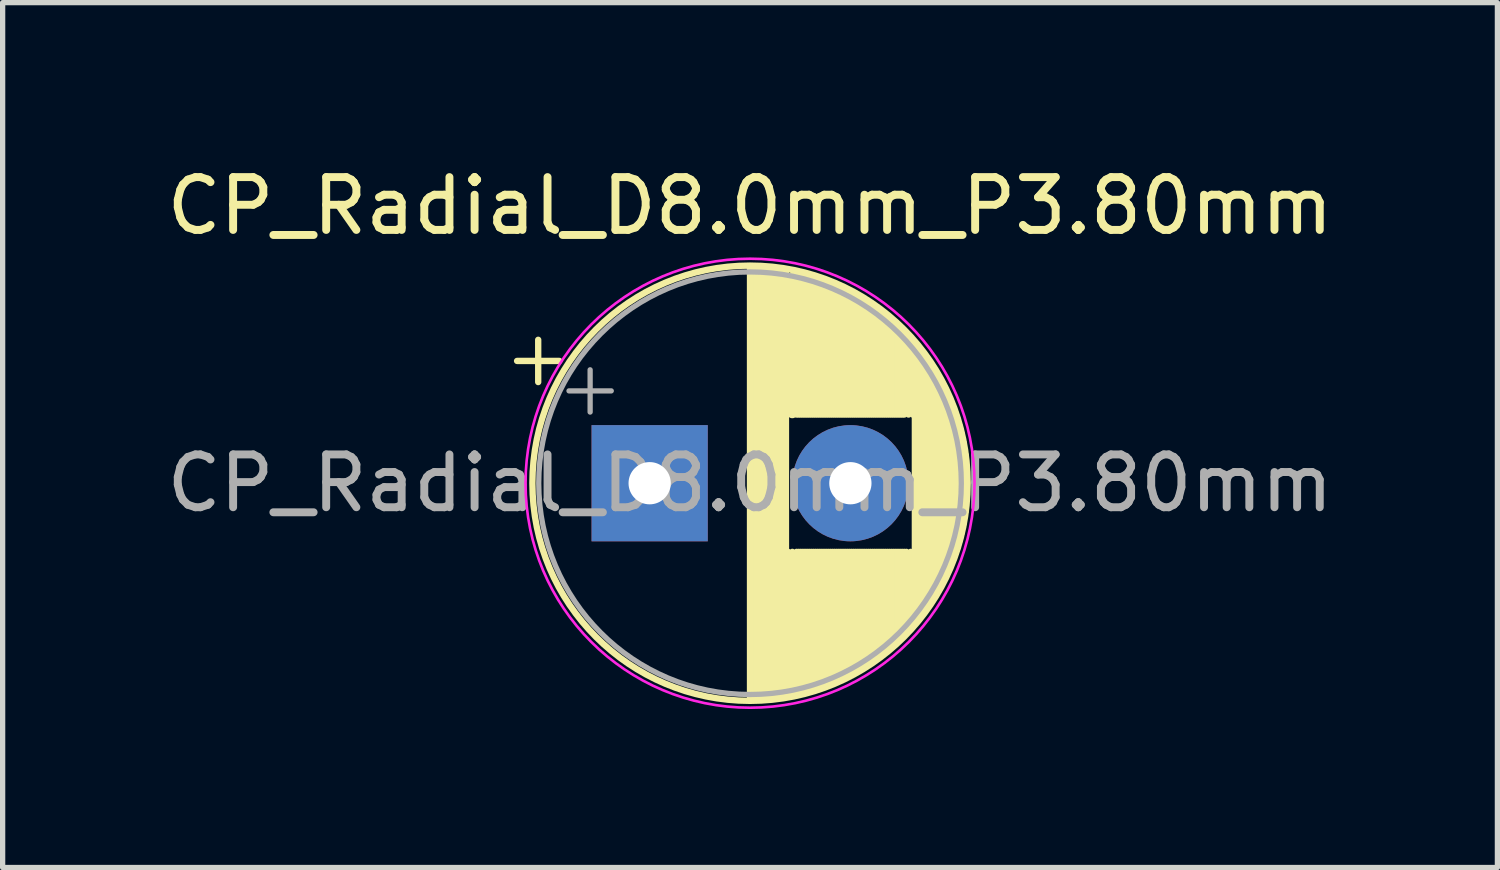
<source format=kicad_pcb>
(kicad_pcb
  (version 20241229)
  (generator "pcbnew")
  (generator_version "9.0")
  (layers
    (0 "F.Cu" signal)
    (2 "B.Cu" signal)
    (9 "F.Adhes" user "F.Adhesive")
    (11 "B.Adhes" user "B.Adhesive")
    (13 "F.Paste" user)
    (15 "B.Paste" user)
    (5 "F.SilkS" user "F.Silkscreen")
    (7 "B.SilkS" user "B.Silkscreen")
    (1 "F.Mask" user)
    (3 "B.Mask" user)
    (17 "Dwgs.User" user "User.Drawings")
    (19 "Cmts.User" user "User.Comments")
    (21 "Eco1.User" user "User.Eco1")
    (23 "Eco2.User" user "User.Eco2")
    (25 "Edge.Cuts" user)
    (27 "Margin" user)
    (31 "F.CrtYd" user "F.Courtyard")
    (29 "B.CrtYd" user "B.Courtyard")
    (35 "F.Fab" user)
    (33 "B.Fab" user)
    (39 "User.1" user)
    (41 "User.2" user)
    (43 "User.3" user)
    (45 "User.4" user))
  (footprint "CP_Radial_D8.0mm_P3.80mm"
    (layer "F.Cu")
    (at 9.249 6.098)
    (property "Reference" "CP_Radial_D8.0mm_P3.80mm" (at 1.9 -5.25 180) (layer "F.SilkS") (effects (font (size 1 1) (thickness 0.15))))
    (attr through_hole)
    (fp_line (start -2.51 -2.315) (end -1.71 -2.315) (stroke (width 0.12) (type solid)) (layer "F.SilkS"))
    (fp_line (start -2.11 -2.715) (end -2.11 -1.915) (stroke (width 0.12) (type solid)) (layer "F.SilkS"))
    (fp_line (start 1.9 -4.08) (end 1.9 4.08) (stroke (width 0.12) (type solid)) (layer "F.SilkS"))
    (fp_line (start 1.94 -4.08) (end 1.94 4.08) (stroke (width 0.12) (type solid)) (layer "F.SilkS"))
    (fp_line (start 1.98 -4.08) (end 1.98 4.08) (stroke (width 0.12) (type solid)) (layer "F.SilkS"))
    (fp_line (start 2.02 -4.079) (end 2.02 4.079) (stroke (width 0.12) (type solid)) (layer "F.SilkS"))
    (fp_line (start 2.06 -4.077) (end 2.06 4.077) (stroke (width 0.12) (type solid)) (layer "F.SilkS"))
    (fp_line (start 2.1 -4.076) (end 2.1 4.076) (stroke (width 0.12) (type solid)) (layer "F.SilkS"))
    (fp_line (start 2.14 -4.074) (end 2.14 4.074) (stroke (width 0.12) (type solid)) (layer "F.SilkS"))
    (fp_line (start 2.18 -4.071) (end 2.18 4.071) (stroke (width 0.12) (type solid)) (layer "F.SilkS"))
    (fp_line (start 2.22 -4.068) (end 2.22 4.068) (stroke (width 0.12) (type solid)) (layer "F.SilkS"))
    (fp_line (start 2.26 -4.065) (end 2.26 4.065) (stroke (width 0.12) (type solid)) (layer "F.SilkS"))
    (fp_line (start 2.3 -4.061) (end 2.3 4.061) (stroke (width 0.12) (type solid)) (layer "F.SilkS"))
    (fp_line (start 2.34 -4.057) (end 2.34 4.057) (stroke (width 0.12) (type solid)) (layer "F.SilkS"))
    (fp_line (start 2.38 -4.052) (end 2.38 4.052) (stroke (width 0.12) (type solid)) (layer "F.SilkS"))
    (fp_line (start 2.42 -4.048) (end 2.42 4.048) (stroke (width 0.12) (type solid)) (layer "F.SilkS"))
    (fp_line (start 2.46 -4.042) (end 2.46 4.042) (stroke (width 0.12) (type solid)) (layer "F.SilkS"))
    (fp_line (start 2.5 -4.037) (end 2.5 4.037) (stroke (width 0.12) (type solid)) (layer "F.SilkS"))
    (fp_line (start 2.54 -4.03) (end 2.54 4.03) (stroke (width 0.12) (type solid)) (layer "F.SilkS"))
    (fp_line (start 2.58 -4.024) (end 2.58 4.024) (stroke (width 0.12) (type solid)) (layer "F.SilkS"))
    (fp_line (start 2.621 1.3) (end 2.621 4.017) (stroke (width 0.12) (type solid)) (layer "F.SilkS"))
    (fp_line (start 2.7 -3.9) (end 2.7 -1.33) (stroke (width 0.2) (type solid)) (layer "F.SilkS"))
    (fp_line (start 2.701 1.3) (end 2.701 4.002) (stroke (width 0.12) (type solid)) (layer "F.SilkS"))
    (fp_line (start 2.781 -3.985) (end 2.781 -1.3) (stroke (width 0.12) (type solid)) (layer "F.SilkS"))
    (fp_line (start 2.781 1.3) (end 2.781 3.985) (stroke (width 0.12) (type solid)) (layer "F.SilkS"))
    (fp_line (start 2.821 -3.976) (end 2.821 -1.3) (stroke (width 0.12) (type solid)) (layer "F.SilkS"))
    (fp_line (start 2.821 1.3) (end 2.821 3.976) (stroke (width 0.12) (type solid)) (layer "F.SilkS"))
    (fp_line (start 2.861 -3.967) (end 2.861 -1.3) (stroke (width 0.12) (type solid)) (layer "F.SilkS"))
    (fp_line (start 2.861 1.3) (end 2.861 3.967) (stroke (width 0.12) (type solid)) (layer "F.SilkS"))
    (fp_line (start 2.901 -3.957) (end 2.901 -1.3) (stroke (width 0.12) (type solid)) (layer "F.SilkS"))
    (fp_line (start 2.901 1.3) (end 2.901 3.957) (stroke (width 0.12) (type solid)) (layer "F.SilkS"))
    (fp_line (start 2.941 -3.947) (end 2.941 -1.3) (stroke (width 0.12) (type solid)) (layer "F.SilkS"))
    (fp_line (start 2.941 1.3) (end 2.941 3.947) (stroke (width 0.12) (type solid)) (layer "F.SilkS"))
    (fp_line (start 2.981 -3.936) (end 2.981 -1.3) (stroke (width 0.12) (type solid)) (layer "F.SilkS"))
    (fp_line (start 2.981 1.3) (end 2.981 3.936) (stroke (width 0.12) (type solid)) (layer "F.SilkS"))
    (fp_line (start 3.021 -3.925) (end 3.021 -1.3) (stroke (width 0.12) (type solid)) (layer "F.SilkS"))
    (fp_line (start 3.021 1.3) (end 3.021 3.925) (stroke (width 0.12) (type solid)) (layer "F.SilkS"))
    (fp_line (start 3.061 -3.914) (end 3.061 -1.3) (stroke (width 0.12) (type solid)) (layer "F.SilkS"))
    (fp_line (start 3.061 1.3) (end 3.061 3.914) (stroke (width 0.12) (type solid)) (layer "F.SilkS"))
    (fp_line (start 3.101 -3.902) (end 3.101 -1.3) (stroke (width 0.12) (type solid)) (layer "F.SilkS"))
    (fp_line (start 3.101 1.3) (end 3.101 3.902) (stroke (width 0.12) (type solid)) (layer "F.SilkS"))
    (fp_line (start 3.141 -3.889) (end 3.141 -1.3) (stroke (width 0.12) (type solid)) (layer "F.SilkS"))
    (fp_line (start 3.141 1.3) (end 3.141 3.889) (stroke (width 0.12) (type solid)) (layer "F.SilkS"))
    (fp_line (start 3.181 -3.877) (end 3.181 -1.3) (stroke (width 0.12) (type solid)) (layer "F.SilkS"))
    (fp_line (start 3.181 1.3) (end 3.181 3.877) (stroke (width 0.12) (type solid)) (layer "F.SilkS"))
    (fp_line (start 3.221 -3.863) (end 3.221 -1.3) (stroke (width 0.12) (type solid)) (layer "F.SilkS"))
    (fp_line (start 3.221 1.3) (end 3.221 3.863) (stroke (width 0.12) (type solid)) (layer "F.SilkS"))
    (fp_line (start 3.261 -3.85) (end 3.261 -1.3) (stroke (width 0.12) (type solid)) (layer "F.SilkS"))
    (fp_line (start 3.261 1.3) (end 3.261 3.85) (stroke (width 0.12) (type solid)) (layer "F.SilkS"))
    (fp_line (start 3.301 -3.835) (end 3.301 -1.3) (stroke (width 0.12) (type solid)) (layer "F.SilkS"))
    (fp_line (start 3.301 1.3) (end 3.301 3.835) (stroke (width 0.12) (type solid)) (layer "F.SilkS"))
    (fp_line (start 3.341 -3.821) (end 3.341 -1.3) (stroke (width 0.12) (type solid)) (layer "F.SilkS"))
    (fp_line (start 3.341 1.3) (end 3.341 3.821) (stroke (width 0.12) (type solid)) (layer "F.SilkS"))
    (fp_line (start 3.381 -3.805) (end 3.381 -1.3) (stroke (width 0.12) (type solid)) (layer "F.SilkS"))
    (fp_line (start 3.381 1.3) (end 3.381 3.805) (stroke (width 0.12) (type solid)) (layer "F.SilkS"))
    (fp_line (start 3.421 -3.79) (end 3.421 -1.3) (stroke (width 0.12) (type solid)) (layer "F.SilkS"))
    (fp_line (start 3.421 1.3) (end 3.421 3.79) (stroke (width 0.12) (type solid)) (layer "F.SilkS"))
    (fp_line (start 3.461 -3.774) (end 3.461 -1.3) (stroke (width 0.12) (type solid)) (layer "F.SilkS"))
    (fp_line (start 3.461 1.3) (end 3.461 3.774) (stroke (width 0.12) (type solid)) (layer "F.SilkS"))
    (fp_line (start 3.501 -3.757) (end 3.501 -1.3) (stroke (width 0.12) (type solid)) (layer "F.SilkS"))
    (fp_line (start 3.501 1.3) (end 3.501 3.757) (stroke (width 0.12) (type solid)) (layer "F.SilkS"))
    (fp_line (start 3.541 -3.74) (end 3.541 -1.3) (stroke (width 0.12) (type solid)) (layer "F.SilkS"))
    (fp_line (start 3.541 1.3) (end 3.541 3.74) (stroke (width 0.12) (type solid)) (layer "F.SilkS"))
    (fp_line (start 3.581 -3.722) (end 3.581 -1.3) (stroke (width 0.12) (type solid)) (layer "F.SilkS"))
    (fp_line (start 3.581 1.3) (end 3.581 3.722) (stroke (width 0.12) (type solid)) (layer "F.SilkS"))
    (fp_line (start 3.621 -3.704) (end 3.621 -1.3) (stroke (width 0.12) (type solid)) (layer "F.SilkS"))
    (fp_line (start 3.621 1.3) (end 3.621 3.704) (stroke (width 0.12) (type solid)) (layer "F.SilkS"))
    (fp_line (start 3.661 -3.686) (end 3.661 -1.3) (stroke (width 0.12) (type solid)) (layer "F.SilkS"))
    (fp_line (start 3.661 1.3) (end 3.661 3.686) (stroke (width 0.12) (type solid)) (layer "F.SilkS"))
    (fp_line (start 3.701 -3.666) (end 3.701 -1.3) (stroke (width 0.12) (type solid)) (layer "F.SilkS"))
    (fp_line (start 3.701 1.3) (end 3.701 3.666) (stroke (width 0.12) (type solid)) (layer "F.SilkS"))
    (fp_line (start 3.741 -3.647) (end 3.741 -1.3) (stroke (width 0.12) (type solid)) (layer "F.SilkS"))
    (fp_line (start 3.741 1.3) (end 3.741 3.647) (stroke (width 0.12) (type solid)) (layer "F.SilkS"))
    (fp_line (start 3.781 -3.627) (end 3.781 -1.3) (stroke (width 0.12) (type solid)) (layer "F.SilkS"))
    (fp_line (start 3.781 1.3) (end 3.781 3.627) (stroke (width 0.12) (type solid)) (layer "F.SilkS"))
    (fp_line (start 3.821 -3.606) (end 3.821 -1.3) (stroke (width 0.12) (type solid)) (layer "F.SilkS"))
    (fp_line (start 3.821 1.3) (end 3.821 3.606) (stroke (width 0.12) (type solid)) (layer "F.SilkS"))
    (fp_line (start 3.861 -3.584) (end 3.861 -1.3) (stroke (width 0.12) (type solid)) (layer "F.SilkS"))
    (fp_line (start 3.861 1.3) (end 3.861 3.584) (stroke (width 0.12) (type solid)) (layer "F.SilkS"))
    (fp_line (start 3.901 -3.562) (end 3.901 -1.3) (stroke (width 0.12) (type solid)) (layer "F.SilkS"))
    (fp_line (start 3.901 1.3) (end 3.901 3.562) (stroke (width 0.12) (type solid)) (layer "F.SilkS"))
    (fp_line (start 3.941 -3.54) (end 3.941 -1.3) (stroke (width 0.12) (type solid)) (layer "F.SilkS"))
    (fp_line (start 3.941 1.3) (end 3.941 3.54) (stroke (width 0.12) (type solid)) (layer "F.SilkS"))
    (fp_line (start 3.981 -3.517) (end 3.981 -1.3) (stroke (width 0.12) (type solid)) (layer "F.SilkS"))
    (fp_line (start 3.981 1.3) (end 3.981 3.517) (stroke (width 0.12) (type solid)) (layer "F.SilkS"))
    (fp_line (start 4.021 -3.493) (end 4.021 -1.3) (stroke (width 0.12) (type solid)) (layer "F.SilkS"))
    (fp_line (start 4.021 1.3) (end 4.021 3.493) (stroke (width 0.12) (type solid)) (layer "F.SilkS"))
    (fp_line (start 4.061 -3.469) (end 4.061 -1.3) (stroke (width 0.12) (type solid)) (layer "F.SilkS"))
    (fp_line (start 4.061 1.3) (end 4.061 3.469) (stroke (width 0.12) (type solid)) (layer "F.SilkS"))
    (fp_line (start 4.101 -3.444) (end 4.101 -1.3) (stroke (width 0.12) (type solid)) (layer "F.SilkS"))
    (fp_line (start 4.101 1.3) (end 4.101 3.444) (stroke (width 0.12) (type solid)) (layer "F.SilkS"))
    (fp_line (start 4.141 -3.418) (end 4.141 -1.3) (stroke (width 0.12) (type solid)) (layer "F.SilkS"))
    (fp_line (start 4.141 1.3) (end 4.141 3.418) (stroke (width 0.12) (type solid)) (layer "F.SilkS"))
    (fp_line (start 4.181 -3.392) (end 4.181 -1.3) (stroke (width 0.12) (type solid)) (layer "F.SilkS"))
    (fp_line (start 4.181 1.3) (end 4.181 3.392) (stroke (width 0.12) (type solid)) (layer "F.SilkS"))
    (fp_line (start 4.221 -3.365) (end 4.221 -1.3) (stroke (width 0.12) (type solid)) (layer "F.SilkS"))
    (fp_line (start 4.221 1.3) (end 4.221 3.365) (stroke (width 0.12) (type solid)) (layer "F.SilkS"))
    (fp_line (start 4.261 -3.338) (end 4.261 -1.3) (stroke (width 0.12) (type solid)) (layer "F.SilkS"))
    (fp_line (start 4.261 1.3) (end 4.261 3.338) (stroke (width 0.12) (type solid)) (layer "F.SilkS"))
    (fp_line (start 4.301 -3.309) (end 4.301 -1.3) (stroke (width 0.12) (type solid)) (layer "F.SilkS"))
    (fp_line (start 4.301 1.3) (end 4.301 3.309) (stroke (width 0.12) (type solid)) (layer "F.SilkS"))
    (fp_line (start 4.341 -3.28) (end 4.341 -1.3) (stroke (width 0.12) (type solid)) (layer "F.SilkS"))
    (fp_line (start 4.341 1.3) (end 4.341 3.28) (stroke (width 0.12) (type solid)) (layer "F.SilkS"))
    (fp_line (start 4.381 -3.25) (end 4.381 -1.3) (stroke (width 0.12) (type solid)) (layer "F.SilkS"))
    (fp_line (start 4.381 1.3) (end 4.381 3.25) (stroke (width 0.12) (type solid)) (layer "F.SilkS"))
    (fp_line (start 4.421 -3.22) (end 4.421 -1.3) (stroke (width 0.12) (type solid)) (layer "F.SilkS"))
    (fp_line (start 4.421 1.3) (end 4.421 3.22) (stroke (width 0.12) (type solid)) (layer "F.SilkS"))
    (fp_line (start 4.461 -3.189) (end 4.461 -1.3) (stroke (width 0.12) (type solid)) (layer "F.SilkS"))
    (fp_line (start 4.461 1.3) (end 4.461 3.189) (stroke (width 0.12) (type solid)) (layer "F.SilkS"))
    (fp_line (start 4.501 -3.156) (end 4.501 -1.3) (stroke (width 0.12) (type solid)) (layer "F.SilkS"))
    (fp_line (start 4.501 1.3) (end 4.501 3.156) (stroke (width 0.12) (type solid)) (layer "F.SilkS"))
    (fp_line (start 4.541 -3.124) (end 4.541 -1.3) (stroke (width 0.12) (type solid)) (layer "F.SilkS"))
    (fp_line (start 4.541 1.3) (end 4.541 3.124) (stroke (width 0.12) (type solid)) (layer "F.SilkS"))
    (fp_line (start 4.581 -3.09) (end 4.581 -1.3) (stroke (width 0.12) (type solid)) (layer "F.SilkS"))
    (fp_line (start 4.581 1.3) (end 4.581 3.09) (stroke (width 0.12) (type solid)) (layer "F.SilkS"))
    (fp_line (start 4.621 -3.055) (end 4.621 -1.3) (stroke (width 0.12) (type solid)) (layer "F.SilkS"))
    (fp_line (start 4.621 1.3) (end 4.621 3.055) (stroke (width 0.12) (type solid)) (layer "F.SilkS"))
    (fp_line (start 4.661 -3.019) (end 4.661 -1.3) (stroke (width 0.12) (type solid)) (layer "F.SilkS"))
    (fp_line (start 4.661 1.3) (end 4.661 3.019) (stroke (width 0.12) (type solid)) (layer "F.SilkS"))
    (fp_line (start 4.701 -2.983) (end 4.701 -1.3) (stroke (width 0.12) (type solid)) (layer "F.SilkS"))
    (fp_line (start 4.701 1.3) (end 4.701 2.983) (stroke (width 0.12) (type solid)) (layer "F.SilkS"))
    (fp_line (start 4.741 -2.945) (end 4.741 -1.3) (stroke (width 0.12) (type solid)) (layer "F.SilkS"))
    (fp_line (start 4.741 1.3) (end 4.741 2.945) (stroke (width 0.12) (type solid)) (layer "F.SilkS"))
    (fp_line (start 4.781 -2.907) (end 4.781 -1.3) (stroke (width 0.12) (type solid)) (layer "F.SilkS"))
    (fp_line (start 4.781 1.3) (end 4.781 2.907) (stroke (width 0.12) (type solid)) (layer "F.SilkS"))
    (fp_line (start 4.821 -2.867) (end 4.821 -1.3) (stroke (width 0.12) (type solid)) (layer "F.SilkS"))
    (fp_line (start 4.821 1.3) (end 4.821 2.867) (stroke (width 0.12) (type solid)) (layer "F.SilkS"))
    (fp_line (start 4.861 1.3) (end 4.861 2.826) (stroke (width 0.12) (type solid)) (layer "F.SilkS"))
    (fp_line (start 4.901 -2.784) (end 4.901 -1.3) (stroke (width 0.12) (type solid)) (layer "F.SilkS"))
    (fp_line (start 4.941 1.3) (end 4.941 2.741) (stroke (width 0.12) (type solid)) (layer "F.SilkS"))
    (fp_line (start 4.981 -2.697) (end 4.981 -1.3) (stroke (width 0.12) (type solid)) (layer "F.SilkS"))
    (fp_line (start 5.021 -2.651) (end 5.021 2.651) (stroke (width 0.12) (type solid)) (layer "F.SilkS"))
    (fp_line (start 5.061 -2.604) (end 5.061 2.604) (stroke (width 0.12) (type solid)) (layer "F.SilkS"))
    (fp_line (start 5.101 -2.556) (end 5.101 2.556) (stroke (width 0.12) (type solid)) (layer "F.SilkS"))
    (fp_line (start 5.141 -2.505) (end 5.141 2.505) (stroke (width 0.12) (type solid)) (layer "F.SilkS"))
    (fp_line (start 5.181 -2.454) (end 5.181 2.454) (stroke (width 0.12) (type solid)) (layer "F.SilkS"))
    (fp_line (start 5.221 -2.4) (end 5.221 2.4) (stroke (width 0.12) (type solid)) (layer "F.SilkS"))
    (fp_line (start 5.261 -2.345) (end 5.261 2.345) (stroke (width 0.12) (type solid)) (layer "F.SilkS"))
    (fp_line (start 5.301 -2.287) (end 5.301 2.287) (stroke (width 0.12) (type solid)) (layer "F.SilkS"))
    (fp_line (start 5.341 -2.228) (end 5.341 2.228) (stroke (width 0.12) (type solid)) (layer "F.SilkS"))
    (fp_line (start 5.381 -2.166) (end 5.381 2.166) (stroke (width 0.12) (type solid)) (layer "F.SilkS"))
    (fp_line (start 5.421 -2.102) (end 5.421 2.102) (stroke (width 0.12) (type solid)) (layer "F.SilkS"))
    (fp_line (start 5.461 -2.034) (end 5.461 2.034) (stroke (width 0.12) (type solid)) (layer "F.SilkS"))
    (fp_line (start 5.501 -1.964) (end 5.501 1.964) (stroke (width 0.12) (type solid)) (layer "F.SilkS"))
    (fp_line (start 5.541 -1.89) (end 5.541 1.89) (stroke (width 0.12) (type solid)) (layer "F.SilkS"))
    (fp_line (start 5.581 -1.813) (end 5.581 1.813) (stroke (width 0.12) (type solid)) (layer "F.SilkS"))
    (fp_line (start 5.621 -1.731) (end 5.621 1.731) (stroke (width 0.12) (type solid)) (layer "F.SilkS"))
    (fp_line (start 5.661 -1.645) (end 5.661 1.645) (stroke (width 0.12) (type solid)) (layer "F.SilkS"))
    (fp_line (start 5.701 -1.552) (end 5.701 1.552) (stroke (width 0.12) (type solid)) (layer "F.SilkS"))
    (fp_line (start 5.741 -1.453) (end 5.741 1.453) (stroke (width 0.12) (type solid)) (layer "F.SilkS"))
    (fp_line (start 5.781 -1.346) (end 5.781 1.346) (stroke (width 0.12) (type solid)) (layer "F.SilkS"))
    (fp_line (start 5.821 -1.229) (end 5.821 1.229) (stroke (width 0.12) (type solid)) (layer "F.SilkS"))
    (fp_line (start 5.861 -1.098) (end 5.861 1.098) (stroke (width 0.12) (type solid)) (layer "F.SilkS"))
    (fp_line (start 5.901 -0.948) (end 5.901 0.948) (stroke (width 0.12) (type solid)) (layer "F.SilkS"))
    (fp_line (start 5.941 -0.768) (end 5.941 0.768) (stroke (width 0.12) (type solid)) (layer "F.SilkS"))
    (fp_line (start 5.981 -0.533) (end 5.981 0.533) (stroke (width 0.12) (type solid)) (layer "F.SilkS"))
    (fp_circle (center 1.9 0) (end 6.02 0) (stroke (width 0.12) (type solid)) (fill no) (layer "F.SilkS"))
    (fp_circle (center 1.9 0) (end 6.15 0) (stroke (width 0.05) (type solid)) (fill no) (layer "F.CrtYd"))
    (fp_line (start -1.527 -1.748) (end -0.727 -1.748) (stroke (width 0.1) (type solid)) (layer "F.Fab"))
    (fp_line (start -1.127 -2.147) (end -1.127 -1.347) (stroke (width 0.1) (type solid)) (layer "F.Fab"))
    (fp_circle (center 1.9 0) (end 5.9 0) (stroke (width 0.1) (type solid)) (fill no) (layer "F.Fab"))
    (fp_text user "${REFERENCE}" (at 1.9 0 180) (layer "F.Fab") (effects (font (size 1 1) (thickness 0.15))))
    (pad "1" thru_hole rect (at 0 0) (size 2.2 2.2) (drill 0.8) (layers "*.Cu" "*.Mask"))
    (pad "2" thru_hole circle (at 3.8 0) (size 2.2 2.2) (drill 0.8) (layers "*.Cu" "*.Mask")))
  (gr_rect
    (start -3 -3)
    (end 25.298 13.373)
    (stroke (width 0.1) (type default))
    (fill no)
    (layer "Edge.Cuts")))
</source>
